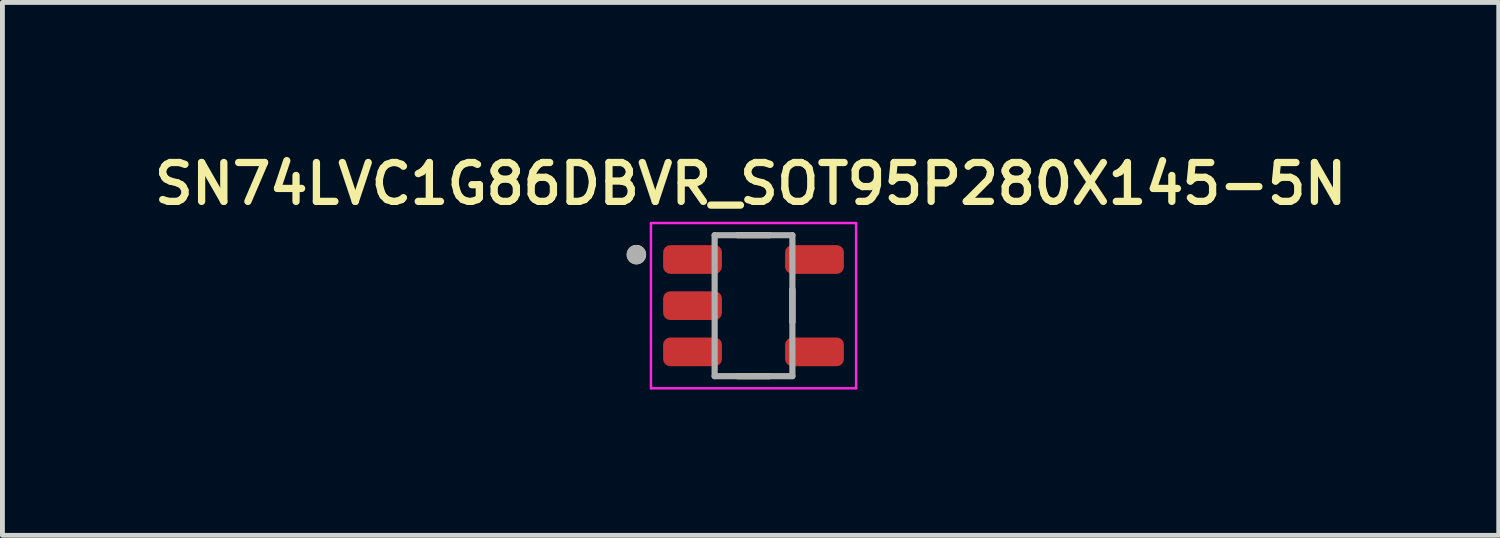
<source format=kicad_pcb>
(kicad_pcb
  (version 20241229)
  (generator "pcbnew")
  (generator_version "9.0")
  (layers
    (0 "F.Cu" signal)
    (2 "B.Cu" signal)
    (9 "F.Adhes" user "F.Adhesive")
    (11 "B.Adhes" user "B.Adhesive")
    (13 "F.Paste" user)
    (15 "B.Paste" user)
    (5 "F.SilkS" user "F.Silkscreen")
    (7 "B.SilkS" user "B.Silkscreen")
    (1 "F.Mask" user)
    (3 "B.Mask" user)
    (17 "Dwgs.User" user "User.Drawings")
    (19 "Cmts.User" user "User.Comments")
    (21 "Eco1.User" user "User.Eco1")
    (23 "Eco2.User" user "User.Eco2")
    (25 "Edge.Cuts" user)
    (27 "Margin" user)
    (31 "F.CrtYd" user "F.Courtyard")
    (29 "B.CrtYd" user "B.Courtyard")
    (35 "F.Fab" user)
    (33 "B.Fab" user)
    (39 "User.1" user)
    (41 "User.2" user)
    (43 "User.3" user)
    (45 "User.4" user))
  (footprint "SN74LVC1G86DBVR_SOT95P280X145-5N"
    (layer "F.Cu")
    (at 12.453 3.239)
    (property "Reference" "SN74LVC1G86DBVR_SOT95P280X145-5N" (at -0.06 -2.508 0) (layer "F.SilkS") (effects (font (size 0.8 0.8) (thickness 0.15))))
    (attr smd)
    (fp_line (start -0.33 -1.45) (end 0.33 -1.45) (stroke (width 0.127) (type solid)) (layer "F.SilkS"))
    (fp_line (start 0.33 1.45) (end -0.33 1.45) (stroke (width 0.127) (type solid)) (layer "F.SilkS"))
    (fp_line (start 0.8 -0.335) (end 0.8 0.335) (stroke (width 0.127) (type solid)) (layer "F.SilkS"))
    (fp_circle (center -2.41 -1.05) (end -2.31 -1.05) (stroke (width 0.2) (type solid)) (fill no) (layer "F.SilkS"))
    (fp_line (start -2.11 -1.7) (end 2.11 -1.7) (stroke (width 0.05) (type solid)) (layer "F.CrtYd"))
    (fp_line (start -2.11 1.7) (end -2.11 -1.7) (stroke (width 0.05) (type solid)) (layer "F.CrtYd"))
    (fp_line (start 2.11 -1.7) (end 2.11 1.7) (stroke (width 0.05) (type solid)) (layer "F.CrtYd"))
    (fp_line (start 2.11 1.7) (end -2.11 1.7) (stroke (width 0.05) (type solid)) (layer "F.CrtYd"))
    (fp_line (start -0.8 -1.45) (end 0.8 -1.45) (stroke (width 0.127) (type solid)) (layer "F.Fab"))
    (fp_line (start -0.8 1.45) (end -0.8 -1.45) (stroke (width 0.127) (type solid)) (layer "F.Fab"))
    (fp_line (start 0.8 -1.45) (end 0.8 1.45) (stroke (width 0.127) (type solid)) (layer "F.Fab"))
    (fp_line (start 0.8 1.45) (end -0.8 1.45) (stroke (width 0.127) (type solid)) (layer "F.Fab"))
    (fp_circle (center -2.41 -1.05) (end -2.31 -1.05) (stroke (width 0.2) (type solid)) (fill no) (layer "F.Fab"))
    (pad "1" smd roundrect (at -1.255 -0.95) (size 1.21 0.59) (layers "F.Cu" "F.Mask" "F.Paste") (roundrect_rratio 0.25))
    (pad "2" smd roundrect (at -1.255 0) (size 1.21 0.59) (layers "F.Cu" "F.Mask" "F.Paste") (roundrect_rratio 0.25))
    (pad "3" smd roundrect (at -1.255 0.95) (size 1.21 0.59) (layers "F.Cu" "F.Mask" "F.Paste") (roundrect_rratio 0.25))
    (pad "4" smd roundrect (at 1.255 0.95) (size 1.21 0.59) (layers "F.Cu" "F.Mask" "F.Paste") (roundrect_rratio 0.25))
    (pad "5" smd roundrect (at 1.255 -0.95) (size 1.21 0.59) (layers "F.Cu" "F.Mask" "F.Paste") (roundrect_rratio 0.25)))
  (gr_rect
    (start -3 -3)
    (end 27.785 7.964)
    (stroke (width 0.1) (type default))
    (fill no)
    (layer "Edge.Cuts")))
</source>
